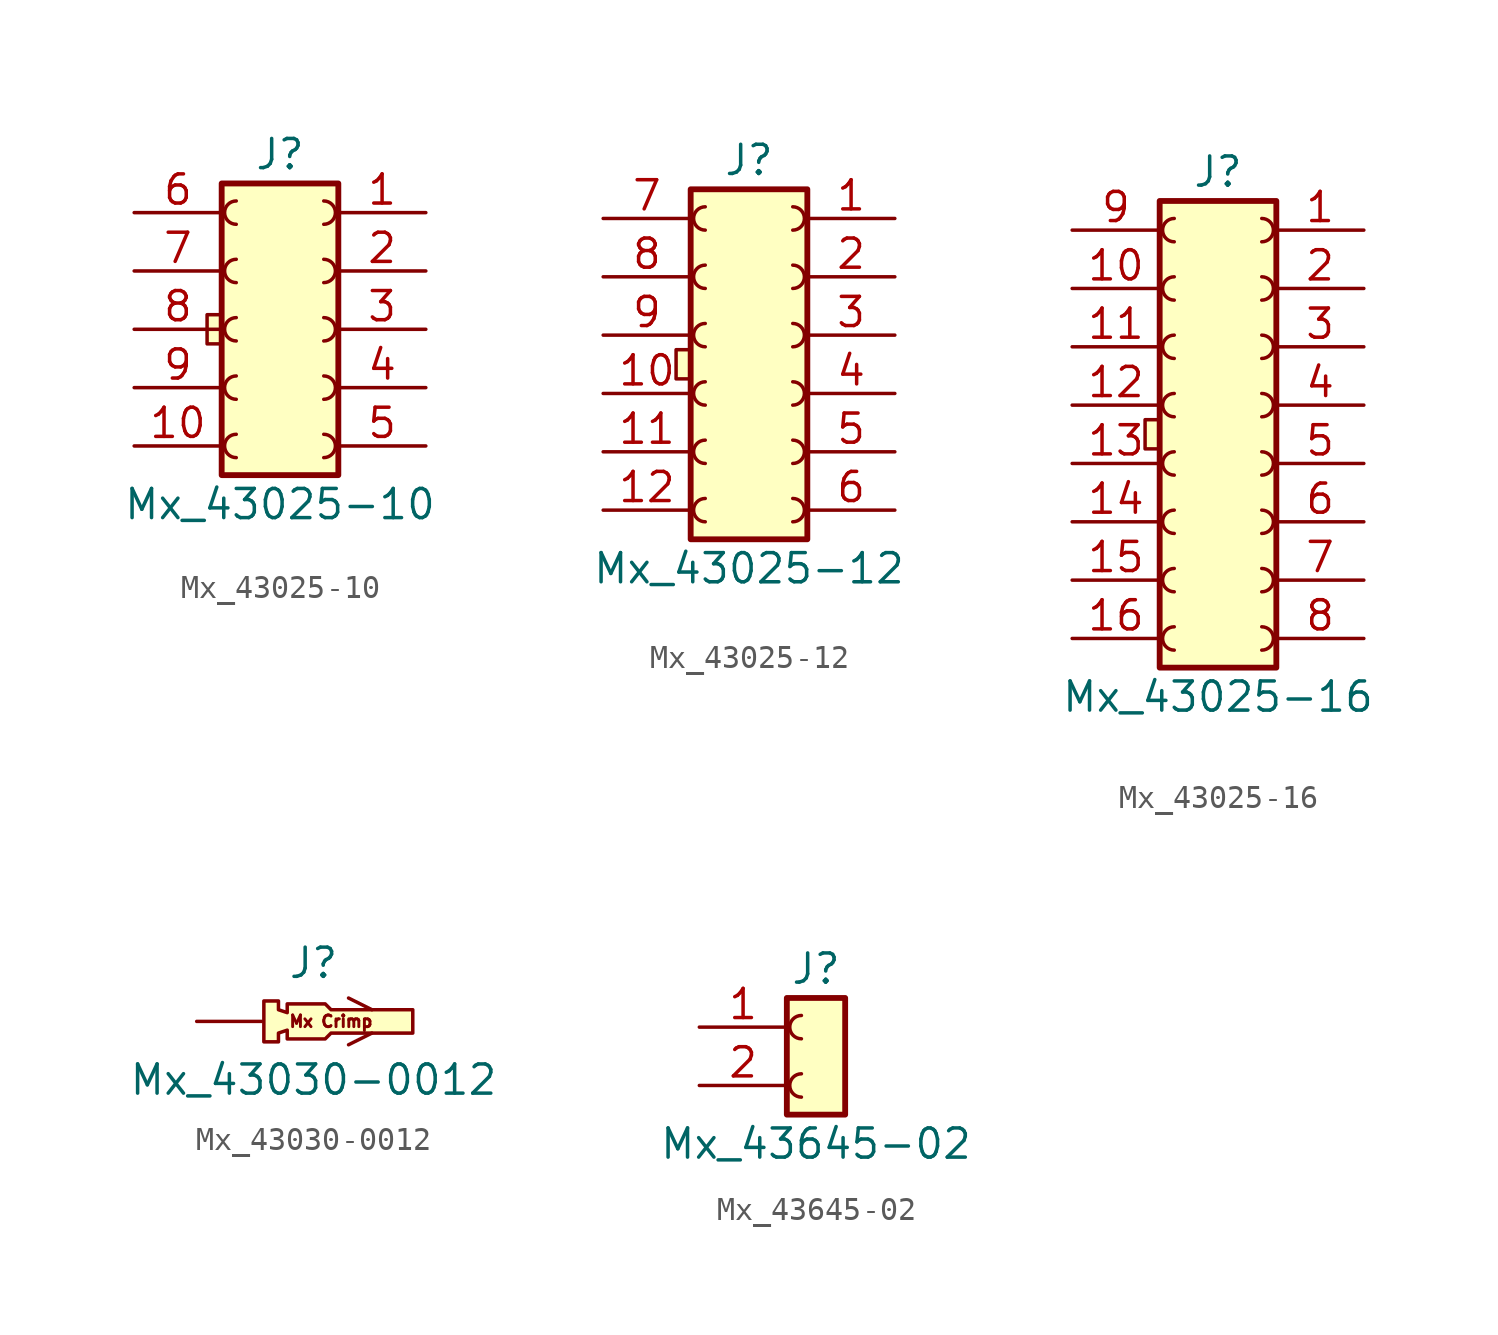
<source format=kicad_sym>
(kicad_symbol_lib
  (version 20220914)
  (generator kicad_symbol_editor)
  (symbol "Mx_43025-10"
    (pin_names
      (offset 1.016) hide)
    (property "Reference" "J"
      (at 0 7.62 0)
      (effects (font (size 1.27 1.27))))
    (property "Value" "Mx_43025-10"
      (at 0 -7.62 0)
      (effects (font (size 1.27 1.27))))
    (symbol "Mx_43025-10_0_1"
      (rectangle (start -2.54 0.635) (end -3.175 -0.635) (stroke (width 0) (type default)) (fill (type background))))
    (symbol "Mx_43025-10_1_1"
      (arc (start -1.905 -4.572) (mid -2.4108 -5.08) (end -1.905 -5.588) (stroke (width 0) (type default)) (fill (type none)))
      (arc (start -1.905 -2.032) (mid -2.4108 -2.54) (end -1.905 -3.048) (stroke (width 0) (type default)) (fill (type none)))
      (arc (start -1.905 0.508) (mid -2.4108 0) (end -1.905 -0.508) (stroke (width 0) (type default)) (fill (type none)))
      (arc (start -1.905 3.048) (mid -2.4108 2.54) (end -1.905 2.032) (stroke (width 0) (type default)) (fill (type none)))
      (arc (start -1.905 5.588) (mid -2.4108 5.08) (end -1.905 4.572) (stroke (width 0) (type default)) (fill (type none)))
      (arc (start 1.905 -5.588) (mid 2.4108 -5.08) (end 1.905 -4.572) (stroke (width 0) (type default)) (fill (type none)))
      (arc (start 1.905 -3.048) (mid 2.4108 -2.54) (end 1.905 -2.032) (stroke (width 0) (type default)) (fill (type none)))
      (arc (start 1.905 -0.508) (mid 2.4108 0) (end 1.905 0.508) (stroke (width 0) (type default)) (fill (type none)))
      (arc (start 1.905 2.032) (mid 2.4108 2.54) (end 1.905 3.048) (stroke (width 0) (type default)) (fill (type none)))
      (arc (start 1.905 4.572) (mid 2.4108 5.08) (end 1.905 5.588) (stroke (width 0) (type default)) (fill (type none)))
      (rectangle (start 2.54 6.35) (end -2.54 -6.35) (stroke (width 0.254) (type default)) (fill (type background)))
      (pin passive line (at 6.35 5.08 180) (length 3.81) (name "Pin_1" (effects (font (size 1.27 1.27)))) (number "1" (effects (font (size 1.27 1.27)))))
      (pin passive line (at -6.35 -5.08 0) (length 3.81) (name "Pin_10" (effects (font (size 1.27 1.27)))) (number "10" (effects (font (size 1.27 1.27)))))
      (pin passive line (at 6.35 2.54 180) (length 3.81) (name "Pin_2" (effects (font (size 1.27 1.27)))) (number "2" (effects (font (size 1.27 1.27)))))
      (pin passive line (at 6.35 0 180) (length 3.81) (name "Pin_3" (effects (font (size 1.27 1.27)))) (number "3" (effects (font (size 1.27 1.27)))))
      (pin passive line (at 6.35 -2.54 180) (length 3.81) (name "Pin_4" (effects (font (size 1.27 1.27)))) (number "4" (effects (font (size 1.27 1.27)))))
      (pin passive line (at 6.35 -5.08 180) (length 3.81) (name "Pin_5" (effects (font (size 1.27 1.27)))) (number "5" (effects (font (size 1.27 1.27)))))
      (pin passive line (at -6.35 5.08 0) (length 3.81) (name "Pin_6" (effects (font (size 1.27 1.27)))) (number "6" (effects (font (size 1.27 1.27)))))
      (pin passive line (at -6.35 2.54 0) (length 3.81) (name "Pin_7" (effects (font (size 1.27 1.27)))) (number "7" (effects (font (size 1.27 1.27)))))
      (pin passive line (at -6.35 0 0) (length 3.81) (name "Pin_8" (effects (font (size 1.27 1.27)))) (number "8" (effects (font (size 1.27 1.27)))))
      (pin passive line (at -6.35 -2.54 0) (length 3.81) (name "Pin_9" (effects (font (size 1.27 1.27)))) (number "9" (effects (font (size 1.27 1.27)))))))
  (symbol "Mx_43025-12"
    (pin_names
      (offset 1.016) hide)
    (property "Reference" "J"
      (at 0 8.89 0)
      (effects (font (size 1.27 1.27))))
    (property "Value" "Mx_43025-12"
      (at 0 -8.89 0)
      (effects (font (size 1.27 1.27))))
    (symbol "Mx_43025-12_0_1"
      (rectangle (start -3.175 0.635) (end -2.54 -0.635) (stroke (width 0) (type default)) (fill (type background))))
    (symbol "Mx_43025-12_1_1"
      (arc (start -1.905 -5.842) (mid -2.4108 -6.35) (end -1.905 -6.858) (stroke (width 0) (type default)) (fill (type none)))
      (arc (start -1.905 -3.302) (mid -2.4108 -3.81) (end -1.905 -4.318) (stroke (width 0) (type default)) (fill (type none)))
      (arc (start -1.905 -0.762) (mid -2.4108 -1.27) (end -1.905 -1.778) (stroke (width 0) (type default)) (fill (type none)))
      (arc (start -1.905 1.778) (mid -2.4108 1.27) (end -1.905 0.762) (stroke (width 0) (type default)) (fill (type none)))
      (arc (start -1.905 4.318) (mid -2.4108 3.81) (end -1.905 3.302) (stroke (width 0) (type default)) (fill (type none)))
      (arc (start -1.905 6.858) (mid -2.4108 6.35) (end -1.905 5.842) (stroke (width 0) (type default)) (fill (type none)))
      (arc (start 1.905 -6.858) (mid 2.4108 -6.35) (end 1.905 -5.842) (stroke (width 0) (type default)) (fill (type none)))
      (arc (start 1.905 -4.318) (mid 2.4108 -3.81) (end 1.905 -3.302) (stroke (width 0) (type default)) (fill (type none)))
      (arc (start 1.905 -1.778) (mid 2.4108 -1.27) (end 1.905 -0.762) (stroke (width 0) (type default)) (fill (type none)))
      (arc (start 1.905 0.762) (mid 2.4108 1.27) (end 1.905 1.778) (stroke (width 0) (type default)) (fill (type none)))
      (arc (start 1.905 3.302) (mid 2.4108 3.81) (end 1.905 4.318) (stroke (width 0) (type default)) (fill (type none)))
      (arc (start 1.905 5.842) (mid 2.4108 6.35) (end 1.905 6.858) (stroke (width 0) (type default)) (fill (type none)))
      (rectangle (start 2.54 7.62) (end -2.54 -7.62) (stroke (width 0.254) (type default)) (fill (type background)))
      (pin passive line (at 6.35 6.35 180) (length 3.81) (name "Pin_1" (effects (font (size 1.27 1.27)))) (number "1" (effects (font (size 1.27 1.27)))))
      (pin passive line (at -6.35 -1.27 0) (length 3.81) (name "Pin_10" (effects (font (size 1.27 1.27)))) (number "10" (effects (font (size 1.27 1.27)))))
      (pin passive line (at -6.35 -3.81 0) (length 3.81) (name "Pin_11" (effects (font (size 1.27 1.27)))) (number "11" (effects (font (size 1.27 1.27)))))
      (pin passive line (at -6.35 -6.35 0) (length 3.81) (name "Pin_12" (effects (font (size 1.27 1.27)))) (number "12" (effects (font (size 1.27 1.27)))))
      (pin passive line (at 6.35 3.81 180) (length 3.81) (name "Pin_2" (effects (font (size 1.27 1.27)))) (number "2" (effects (font (size 1.27 1.27)))))
      (pin passive line (at 6.35 1.27 180) (length 3.81) (name "Pin_3" (effects (font (size 1.27 1.27)))) (number "3" (effects (font (size 1.27 1.27)))))
      (pin passive line (at 6.35 -1.27 180) (length 3.81) (name "Pin_4" (effects (font (size 1.27 1.27)))) (number "4" (effects (font (size 1.27 1.27)))))
      (pin passive line (at 6.35 -3.81 180) (length 3.81) (name "Pin_5" (effects (font (size 1.27 1.27)))) (number "5" (effects (font (size 1.27 1.27)))))
      (pin passive line (at 6.35 -6.35 180) (length 3.81) (name "Pin_6" (effects (font (size 1.27 1.27)))) (number "6" (effects (font (size 1.27 1.27)))))
      (pin passive line (at -6.35 6.35 0) (length 3.81) (name "Pin_7" (effects (font (size 1.27 1.27)))) (number "7" (effects (font (size 1.27 1.27)))))
      (pin passive line (at -6.35 3.81 0) (length 3.81) (name "Pin_8" (effects (font (size 1.27 1.27)))) (number "8" (effects (font (size 1.27 1.27)))))
      (pin passive line (at -6.35 1.27 0) (length 3.81) (name "Pin_9" (effects (font (size 1.27 1.27)))) (number "9" (effects (font (size 1.27 1.27)))))))
  (symbol "Mx_43025-16"
    (pin_names
      (offset 1.016) hide)
    (property "Reference" "J"
      (at 0 11.43 0)
      (effects (font (size 1.27 1.27))))
    (property "Value" "Mx_43025-16"
      (at 0 -11.43 0)
      (effects (font (size 1.27 1.27))))
    (symbol "Mx_43025-16_0_1"
      (rectangle (start -3.175 0.635) (end -2.54 -0.635) (stroke (width 0) (type default)) (fill (type background))))
    (symbol "Mx_43025-16_1_1"
      (arc (start -1.905 -8.382) (mid -2.4108 -8.89) (end -1.905 -9.398) (stroke (width 0) (type default)) (fill (type none)))
      (arc (start -1.905 -5.842) (mid -2.4108 -6.35) (end -1.905 -6.858) (stroke (width 0) (type default)) (fill (type none)))
      (arc (start -1.905 -3.302) (mid -2.4108 -3.81) (end -1.905 -4.318) (stroke (width 0) (type default)) (fill (type none)))
      (arc (start -1.905 -0.762) (mid -2.4108 -1.27) (end -1.905 -1.778) (stroke (width 0) (type default)) (fill (type none)))
      (arc (start -1.905 1.778) (mid -2.4108 1.27) (end -1.905 0.762) (stroke (width 0) (type default)) (fill (type none)))
      (arc (start -1.905 4.318) (mid -2.4108 3.81) (end -1.905 3.302) (stroke (width 0) (type default)) (fill (type none)))
      (arc (start -1.905 6.858) (mid -2.4108 6.35) (end -1.905 5.842) (stroke (width 0) (type default)) (fill (type none)))
      (arc (start -1.905 9.398) (mid -2.4108 8.89) (end -1.905 8.382) (stroke (width 0) (type default)) (fill (type none)))
      (arc (start 1.905 -9.398) (mid 2.4108 -8.89) (end 1.905 -8.382) (stroke (width 0) (type default)) (fill (type none)))
      (arc (start 1.905 -6.858) (mid 2.4108 -6.35) (end 1.905 -5.842) (stroke (width 0) (type default)) (fill (type none)))
      (arc (start 1.905 -4.318) (mid 2.4108 -3.81) (end 1.905 -3.302) (stroke (width 0) (type default)) (fill (type none)))
      (arc (start 1.905 -1.778) (mid 2.4108 -1.27) (end 1.905 -0.762) (stroke (width 0) (type default)) (fill (type none)))
      (arc (start 1.905 0.762) (mid 2.4108 1.27) (end 1.905 1.778) (stroke (width 0) (type default)) (fill (type none)))
      (arc (start 1.905 3.302) (mid 2.4108 3.81) (end 1.905 4.318) (stroke (width 0) (type default)) (fill (type none)))
      (arc (start 1.905 5.842) (mid 2.4108 6.35) (end 1.905 6.858) (stroke (width 0) (type default)) (fill (type none)))
      (arc (start 1.905 8.382) (mid 2.4108 8.89) (end 1.905 9.398) (stroke (width 0) (type default)) (fill (type none)))
      (rectangle (start 2.54 10.16) (end -2.54 -10.16) (stroke (width 0.254) (type default)) (fill (type background)))
      (pin passive line (at 6.35 8.89 180) (length 3.81) (name "Pin_1" (effects (font (size 1.27 1.27)))) (number "1" (effects (font (size 1.27 1.27)))))
      (pin passive line (at -6.35 6.35 0) (length 3.81) (name "Pin_10" (effects (font (size 1.27 1.27)))) (number "10" (effects (font (size 1.27 1.27)))))
      (pin passive line (at -6.35 3.81 0) (length 3.81) (name "Pin_11" (effects (font (size 1.27 1.27)))) (number "11" (effects (font (size 1.27 1.27)))))
      (pin passive line (at -6.35 1.27 0) (length 3.81) (name "Pin_12" (effects (font (size 1.27 1.27)))) (number "12" (effects (font (size 1.27 1.27)))))
      (pin passive line (at -6.35 -1.27 0) (length 3.81) (name "Pin_13" (effects (font (size 1.27 1.27)))) (number "13" (effects (font (size 1.27 1.27)))))
      (pin passive line (at -6.35 -3.81 0) (length 3.81) (name "Pin_14" (effects (font (size 1.27 1.27)))) (number "14" (effects (font (size 1.27 1.27)))))
      (pin passive line (at -6.35 -6.35 0) (length 3.81) (name "Pin_15" (effects (font (size 1.27 1.27)))) (number "15" (effects (font (size 1.27 1.27)))))
      (pin passive line (at -6.35 -8.89 0) (length 3.81) (name "Pin_16" (effects (font (size 1.27 1.27)))) (number "16" (effects (font (size 1.27 1.27)))))
      (pin passive line (at 6.35 6.35 180) (length 3.81) (name "Pin_2" (effects (font (size 1.27 1.27)))) (number "2" (effects (font (size 1.27 1.27)))))
      (pin passive line (at 6.35 3.81 180) (length 3.81) (name "Pin_3" (effects (font (size 1.27 1.27)))) (number "3" (effects (font (size 1.27 1.27)))))
      (pin passive line (at 6.35 1.27 180) (length 3.81) (name "Pin_4" (effects (font (size 1.27 1.27)))) (number "4" (effects (font (size 1.27 1.27)))))
      (pin passive line (at 6.35 -1.27 180) (length 3.81) (name "Pin_5" (effects (font (size 1.27 1.27)))) (number "5" (effects (font (size 1.27 1.27)))))
      (pin passive line (at 6.35 -3.81 180) (length 3.81) (name "Pin_6" (effects (font (size 1.27 1.27)))) (number "6" (effects (font (size 1.27 1.27)))))
      (pin passive line (at 6.35 -6.35 180) (length 3.81) (name "Pin_7" (effects (font (size 1.27 1.27)))) (number "7" (effects (font (size 1.27 1.27)))))
      (pin passive line (at 6.35 -8.89 180) (length 3.81) (name "Pin_8" (effects (font (size 1.27 1.27)))) (number "8" (effects (font (size 1.27 1.27)))))
      (pin passive line (at -6.35 8.89 0) (length 3.81) (name "Pin_9" (effects (font (size 1.27 1.27)))) (number "9" (effects (font (size 1.27 1.27)))))))
  (symbol "Mx_43030-0012"
    (pin_numbers hide)
    (pin_names
      (offset 1.016) hide)
    (property "Reference" "J"
      (at 0 2.54 0)
      (effects (font (size 1.27 1.27))))
    (property "Value" "Mx_43030-0012"
      (at 0 -2.54 0)
      (effects (font (size 1.27 1.27))))
    (symbol "Mx_43030-0012_0_0"
      (text "Mx Crimp" (at 0.762 0 0) (effects (font (size 0.508 0.508)))))
    (symbol "Mx_43030-0012_0_1"
      (polyline (pts (xy 2.54 -0.508) (xy 1.524 -1.016)) (stroke (width 0) (type default)) (fill (type none)))
      (polyline (pts (xy 2.54 0.508) (xy 1.524 1.016)) (stroke (width 0) (type default)) (fill (type none)))
      (polyline (pts (xy 0.762 0.508) (xy 0.508 0.762) (xy -1.143 0.762) (xy -1.143 0.381) (xy -1.524 0.508) (xy -1.524 0.889) (xy -2.159 0.889) (xy -2.159 -0.889) (xy -1.524 -0.889) (xy -1.524 -0.508) (xy -1.143 -0.381) (xy -1.143 -0.762) (xy 0.508 -0.762) (xy 0.762 -0.508) (xy 4.318 -0.508) (xy 4.318 0.508) (xy 0.762 0.508)) (stroke (width 0) (type default)) (fill (type background))))
    (symbol "Mx_43030-0012_1_1"
      (pin passive line (at -5.08 0 0) (length 2.819) (name "Pin_1" (effects (font (size 1.27 1.27)))) (number "1" (effects (font (size 1.27 1.27)))))))
  (symbol "Mx_43645-02"
    (pin_names
      (offset 1.016) hide)
    (property "Reference" "J"
      (at 0 2.54 0)
      (effects (font (size 1.27 1.27))))
    (property "Value" "Mx_43645-02"
      (at 0 -5.08 0)
      (effects (font (size 1.27 1.27))))
    (symbol "Mx_43645-02_1_1"
      (rectangle (start -1.27 1.27) (end 1.27 -3.81) (stroke (width 0.254) (type default)) (fill (type background)))
      (arc (start -0.635 -2.032) (mid -1.1408 -2.54) (end -0.635 -3.048) (stroke (width 0) (type default)) (fill (type none)))
      (arc (start -0.635 0.508) (mid -1.1408 0) (end -0.635 -0.508) (stroke (width 0) (type default)) (fill (type none)))
      (pin passive line (at -5.08 0 0) (length 3.81) (name "Pin_1" (effects (font (size 1.27 1.27)))) (number "1" (effects (font (size 1.27 1.27)))))
      (pin passive line (at -5.08 -2.54 0) (length 3.81) (name "Pin_2" (effects (font (size 1.27 1.27)))) (number "2" (effects (font (size 1.27 1.27))))))))
</source>
